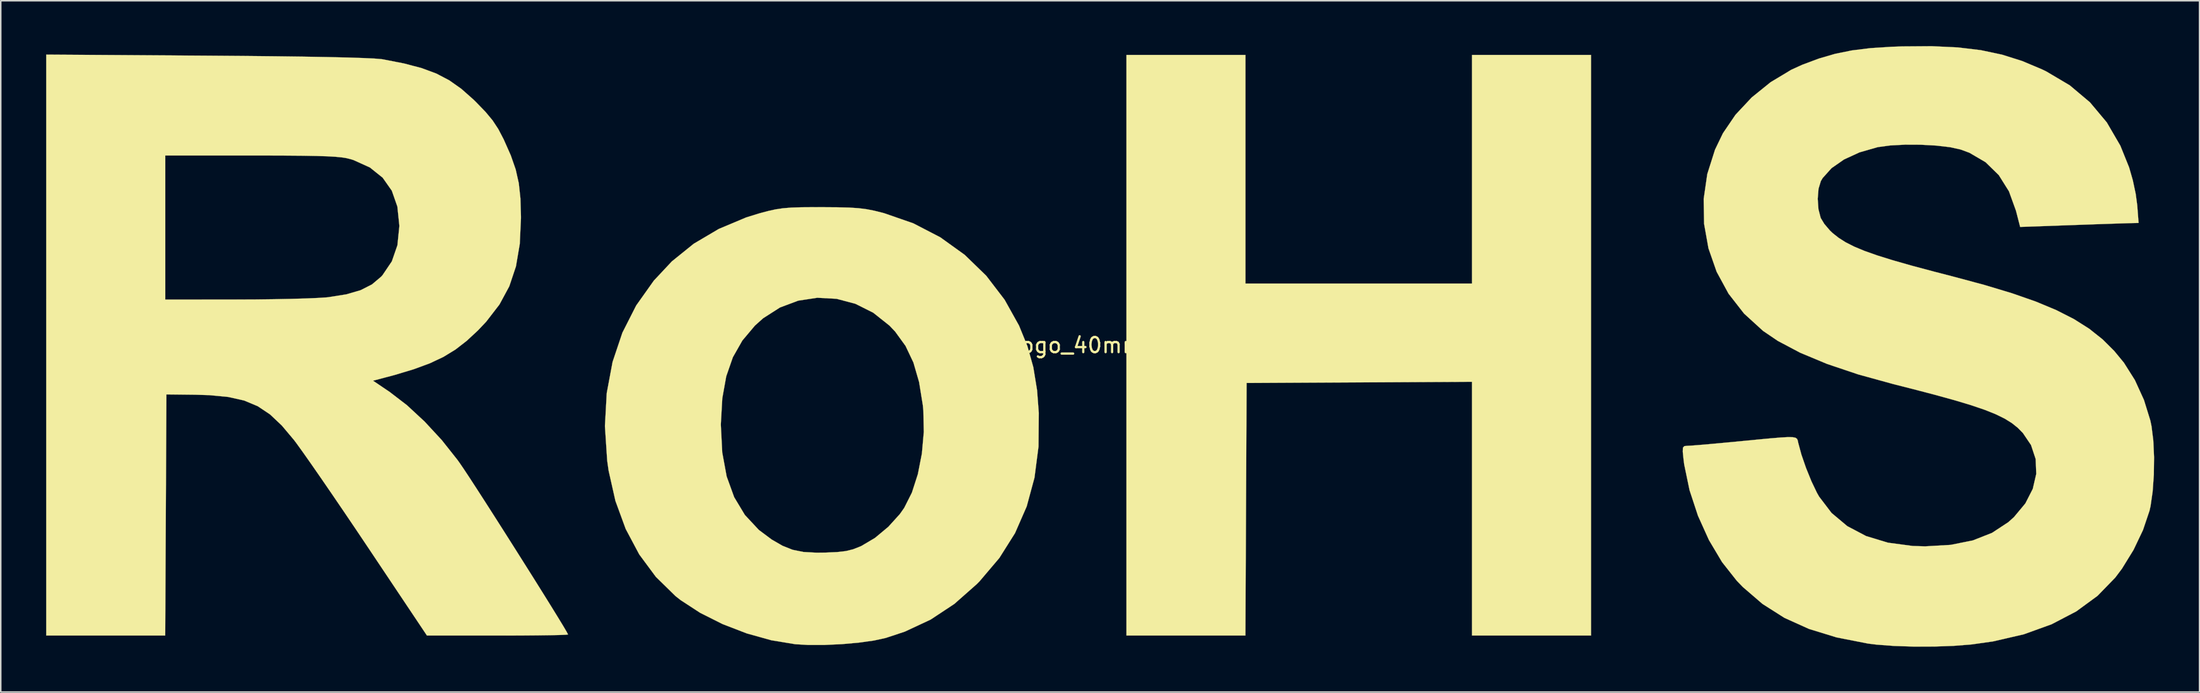
<source format=kicad_pcb>
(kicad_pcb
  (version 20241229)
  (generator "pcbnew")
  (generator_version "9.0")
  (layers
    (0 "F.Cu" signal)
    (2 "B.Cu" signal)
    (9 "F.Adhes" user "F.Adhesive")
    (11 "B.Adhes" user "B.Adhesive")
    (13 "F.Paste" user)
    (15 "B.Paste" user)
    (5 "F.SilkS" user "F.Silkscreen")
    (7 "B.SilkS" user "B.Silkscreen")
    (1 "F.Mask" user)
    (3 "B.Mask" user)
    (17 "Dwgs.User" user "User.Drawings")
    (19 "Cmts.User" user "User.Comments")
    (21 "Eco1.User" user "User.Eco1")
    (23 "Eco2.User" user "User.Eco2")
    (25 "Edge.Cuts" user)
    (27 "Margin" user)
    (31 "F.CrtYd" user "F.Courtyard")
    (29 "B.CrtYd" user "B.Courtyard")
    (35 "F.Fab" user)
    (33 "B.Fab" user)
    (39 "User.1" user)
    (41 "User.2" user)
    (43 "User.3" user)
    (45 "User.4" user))
  (footprint "RoHS-Logo_40mm_SilkScreen"
    (layer "F.Cu")
    (at 69.704 19.785)
    (property "Reference" "RoHS-Logo_40mm_SilkScreen" (at 0 0 0) (layer "F.SilkS") (effects (font (size 1 1) (thickness 0.15))))
    (attr exclude_from_pos_files exclude_from_bom)
    (fp_poly (pts (xy 9.525 -4.082) (xy 24.493 -4.082) (xy 24.493 -19.201) (xy 32.355 -19.201) (xy 32.355 19.201) (xy 24.493 19.201) (xy 24.493 2.416) (xy 9.601 2.495) (xy 9.522 19.201) (xy 1.663 19.201) (xy 1.663 -19.201) (xy 9.525 -19.201) (xy 9.525 -4.082)) (stroke (width 0.01) (type solid)) (fill yes) (layer "F.SilkS"))
    (fp_poly (pts (xy -18.445 -9.132) (xy -17.436 -9.125) (xy -16.658 -9.106) (xy -16.041 -9.066) (xy -15.514 -9) (xy -15.006 -8.901) (xy -14.447 -8.762) (xy -14.353 -8.737) (xy -12.419 -8.065) (xy -10.635 -7.14) (xy -9.022 -5.979) (xy -7.599 -4.597) (xy -6.387 -3.012) (xy -5.434 -1.302) (xy -4.88 0.057) (xy -4.489 1.453) (xy -4.242 2.971) (xy -4.128 4.476) (xy -4.147 6.701) (xy -4.412 8.758) (xy -4.927 10.661) (xy -5.698 12.426) (xy -6.732 14.068) (xy -8.033 15.603) (xy -8.233 15.806) (xy -9.709 17.11) (xy -11.273 18.144) (xy -12.977 18.94) (xy -14.238 19.359) (xy -15.027 19.531) (xy -16.025 19.67) (xy -17.142 19.769) (xy -18.285 19.822) (xy -19.365 19.823) (xy -20.216 19.773) (xy -21.794 19.513) (xy -23.421 19.059) (xy -25.017 18.443) (xy -26.5 17.698) (xy -27.791 16.856) (xy -28.134 16.585) (xy -29.425 15.319) (xy -30.524 13.834) (xy -31.418 12.152) (xy -32.097 10.296) (xy -32.548 8.29) (xy -32.641 7.635) (xy -32.791 5.346) (xy -32.788 5.292) (xy -25.132 5.292) (xy -25.04 7.093) (xy -24.749 8.675) (xy -24.252 10.048) (xy -23.545 11.224) (xy -22.623 12.214) (xy -21.771 12.851) (xy -21.063 13.26) (xy -20.397 13.526) (xy -19.679 13.672) (xy -18.812 13.72) (xy -18.218 13.713) (xy -17.441 13.678) (xy -16.865 13.611) (xy -16.39 13.493) (xy -15.917 13.306) (xy -15.842 13.272) (xy -14.947 12.74) (xy -14.069 12.008) (xy -13.309 11.168) (xy -13.02 10.757) (xy -12.511 9.746) (xy -12.117 8.522) (xy -11.851 7.161) (xy -11.725 5.735) (xy -11.755 4.319) (xy -11.789 3.967) (xy -12.036 2.435) (xy -12.411 1.142) (xy -12.932 0.043) (xy -13.618 -0.904) (xy -13.994 -1.3) (xy -15.066 -2.152) (xy -16.244 -2.742) (xy -17.489 -3.072) (xy -18.761 -3.141) (xy -20.02 -2.95) (xy -21.226 -2.498) (xy -22.34 -1.785) (xy -22.883 -1.298) (xy -23.711 -0.313) (xy -24.338 0.792) (xy -24.776 2.054) (xy -25.036 3.505) (xy -25.131 5.18) (xy -25.132 5.292) (xy -32.788 5.292) (xy -32.671 3.164) (xy -32.285 1.101) (xy -31.636 -0.834) (xy -30.726 -2.629) (xy -29.561 -4.273) (xy -28.369 -5.547) (xy -26.922 -6.716) (xy -25.268 -7.694) (xy -23.455 -8.456) (xy -22.59 -8.724) (xy -22.012 -8.878) (xy -21.515 -8.988) (xy -21.027 -9.061) (xy -20.479 -9.105) (xy -19.801 -9.127) (xy -18.922 -9.133) (xy -18.445 -9.132)) (stroke (width 0.01) (type solid)) (fill yes) (layer "F.SilkS"))
    (fp_poly (pts (xy -59.078 -19.153) (xy -56.703 -19.135) (xy -54.581 -19.113) (xy -52.719 -19.089) (xy -51.124 -19.061) (xy -49.802 -19.031) (xy -48.761 -18.997) (xy -48.007 -18.962) (xy -47.546 -18.923) (xy -47.474 -18.913) (xy -46.07 -18.639) (xy -44.909 -18.334) (xy -43.93 -17.971) (xy -43.074 -17.522) (xy -42.279 -16.961) (xy -41.486 -16.259) (xy -41.317 -16.094) (xy -40.681 -15.437) (xy -40.211 -14.871) (xy -39.836 -14.301) (xy -39.487 -13.633) (xy -39.468 -13.593) (xy -39.008 -12.555) (xy -38.686 -11.629) (xy -38.481 -10.716) (xy -38.373 -9.714) (xy -38.338 -8.525) (xy -38.338 -8.391) (xy -38.417 -6.698) (xy -38.668 -5.217) (xy -39.108 -3.899) (xy -39.758 -2.695) (xy -40.635 -1.557) (xy -41.185 -0.976) (xy -41.924 -0.29) (xy -42.663 0.283) (xy -43.457 0.769) (xy -44.359 1.194) (xy -45.421 1.586) (xy -46.698 1.971) (xy -47.604 2.212) (xy -48.112 2.343) (xy -46.999 3.097) (xy -45.867 3.967) (xy -44.7 5.05) (xy -43.567 6.275) (xy -42.538 7.574) (xy -42.386 7.786) (xy -42.126 8.168) (xy -41.748 8.74) (xy -41.273 9.471) (xy -40.72 10.329) (xy -40.11 11.283) (xy -39.462 12.301) (xy -38.796 13.352) (xy -38.133 14.403) (xy -37.491 15.423) (xy -36.892 16.381) (xy -36.355 17.245) (xy -35.9 17.984) (xy -35.547 18.564) (xy -35.317 18.956) (xy -35.228 19.127) (xy -35.227 19.13) (xy -35.372 19.148) (xy -35.784 19.164) (xy -36.424 19.178) (xy -37.258 19.189) (xy -38.248 19.197) (xy -39.358 19.201) (xy -39.888 19.201) (xy -44.548 19.201) (xy -48.411 13.418) (xy -49.243 12.176) (xy -50.062 10.964) (xy -50.844 9.815) (xy -51.566 8.762) (xy -52.206 7.839) (xy -52.74 7.079) (xy -53.145 6.516) (xy -53.33 6.269) (xy -54.132 5.314) (xy -54.911 4.577) (xy -55.724 4.033) (xy -56.627 3.655) (xy -57.675 3.42) (xy -58.925 3.3) (xy -59.863 3.272) (xy -61.761 3.251) (xy -61.8 11.226) (xy -61.84 19.201) (xy -69.699 19.201) (xy -69.699 -12.549) (xy -61.837 -12.549) (xy -61.837 -3.024) (xy -57.112 -3.025) (xy -55.872 -3.03) (xy -54.665 -3.045) (xy -53.54 -3.067) (xy -52.551 -3.095) (xy -51.747 -3.129) (xy -51.18 -3.166) (xy -51.066 -3.178) (xy -49.876 -3.367) (xy -48.931 -3.642) (xy -48.181 -4.024) (xy -47.577 -4.533) (xy -47.487 -4.632) (xy -46.868 -5.549) (xy -46.499 -6.616) (xy -46.374 -7.85) (xy -46.374 -7.938) (xy -46.503 -9.173) (xy -46.869 -10.221) (xy -47.473 -11.081) (xy -48.315 -11.757) (xy -49.396 -12.247) (xy -49.595 -12.309) (xy -49.852 -12.373) (xy -50.173 -12.425) (xy -50.59 -12.466) (xy -51.134 -12.497) (xy -51.836 -12.519) (xy -52.729 -12.535) (xy -53.842 -12.544) (xy -55.209 -12.548) (xy -56.119 -12.549) (xy -61.837 -12.549) (xy -69.699 -12.549) (xy -69.699 -19.223) (xy -59.078 -19.153)) (stroke (width 0.01) (type solid)) (fill yes) (layer "F.SilkS"))
    (fp_poly (pts (xy 56.578 -19.7) (xy 58.106 -19.517) (xy 59.507 -19.22) (xy 60.832 -18.802) (xy 62.137 -18.252) (xy 62.425 -18.113) (xy 63.982 -17.191) (xy 65.316 -16.067) (xy 66.429 -14.737) (xy 67.324 -13.198) (xy 67.902 -11.764) (xy 68.147 -10.911) (xy 68.338 -10.009) (xy 68.438 -9.262) (xy 68.528 -8.089) (xy 68.093 -8.08) (xy 67.819 -8.073) (xy 67.293 -8.056) (xy 66.564 -8.032) (xy 65.681 -8.002) (xy 64.693 -7.967) (xy 64.18 -7.949) (xy 60.703 -7.826) (xy 60.428 -8.895) (xy 59.964 -10.18) (xy 59.292 -11.253) (xy 58.419 -12.106) (xy 57.355 -12.73) (xy 56.772 -12.946) (xy 56.072 -13.1) (xy 55.166 -13.206) (xy 54.145 -13.263) (xy 53.104 -13.267) (xy 52.133 -13.216) (xy 51.325 -13.108) (xy 51.267 -13.096) (xy 50.092 -12.758) (xy 49.069 -12.288) (xy 48.242 -11.712) (xy 47.656 -11.058) (xy 47.536 -10.855) (xy 47.383 -10.347) (xy 47.33 -9.684) (xy 47.378 -8.998) (xy 47.527 -8.422) (xy 47.527 -8.422) (xy 47.766 -8.026) (xy 48.136 -7.591) (xy 48.316 -7.419) (xy 48.712 -7.105) (xy 49.175 -6.811) (xy 49.733 -6.527) (xy 50.416 -6.242) (xy 51.254 -5.945) (xy 52.277 -5.625) (xy 53.515 -5.272) (xy 54.998 -4.875) (xy 56.243 -4.553) (xy 58.335 -3.991) (xy 60.155 -3.443) (xy 61.729 -2.893) (xy 63.087 -2.327) (xy 64.257 -1.731) (xy 65.267 -1.091) (xy 66.146 -0.392) (xy 66.92 0.379) (xy 67.558 1.154) (xy 68.283 2.303) (xy 68.883 3.619) (xy 69.303 4.974) (xy 69.383 5.357) (xy 69.5 6.301) (xy 69.55 7.405) (xy 69.535 8.564) (xy 69.457 9.676) (xy 69.319 10.635) (xy 69.25 10.943) (xy 68.821 12.218) (xy 68.194 13.535) (xy 67.431 14.775) (xy 66.989 15.364) (xy 65.82 16.569) (xy 64.414 17.601) (xy 62.784 18.453) (xy 60.944 19.118) (xy 58.908 19.589) (xy 57.484 19.79) (xy 56.31 19.882) (xy 55 19.929) (xy 53.651 19.93) (xy 52.356 19.887) (xy 51.211 19.8) (xy 50.649 19.73) (xy 48.582 19.325) (xy 46.753 18.763) (xy 45.13 18.03) (xy 43.684 17.111) (xy 42.386 15.993) (xy 41.987 15.581) (xy 41.011 14.344) (xy 40.144 12.885) (xy 39.418 11.275) (xy 38.862 9.585) (xy 38.509 7.884) (xy 38.463 7.522) (xy 38.414 7.034) (xy 38.425 6.774) (xy 38.518 6.671) (xy 38.713 6.652) (xy 38.723 6.652) (xy 38.979 6.638) (xy 39.484 6.598) (xy 40.187 6.538) (xy 41.037 6.46) (xy 41.981 6.371) (xy 42.182 6.352) (xy 43.342 6.239) (xy 44.236 6.155) (xy 44.9 6.1) (xy 45.37 6.075) (xy 45.68 6.081) (xy 45.867 6.12) (xy 45.965 6.192) (xy 46.011 6.298) (xy 46.04 6.44) (xy 46.045 6.463) (xy 46.253 7.232) (xy 46.559 8.118) (xy 46.917 9) (xy 47.279 9.758) (xy 47.422 10.011) (xy 48.246 11.093) (xy 49.283 11.963) (xy 50.525 12.619) (xy 51.966 13.057) (xy 53.599 13.275) (xy 54.429 13.3) (xy 56.115 13.202) (xy 57.582 12.907) (xy 58.846 12.408) (xy 59.919 11.703) (xy 60.295 11.365) (xy 61.046 10.462) (xy 61.538 9.497) (xy 61.767 8.507) (xy 61.729 7.529) (xy 61.421 6.599) (xy 60.885 5.806) (xy 60.548 5.462) (xy 60.155 5.147) (xy 59.678 4.851) (xy 59.089 4.562) (xy 58.36 4.27) (xy 57.464 3.965) (xy 56.374 3.637) (xy 55.06 3.274) (xy 53.496 2.866) (xy 52.358 2.578) (xy 50.01 1.931) (xy 47.947 1.236) (xy 46.174 0.496) (xy 44.694 -0.288) (xy 43.721 -0.948) (xy 42.464 -2.095) (xy 41.439 -3.411) (xy 40.652 -4.86) (xy 40.112 -6.41) (xy 39.824 -8.027) (xy 39.796 -9.675) (xy 40.034 -11.323) (xy 40.545 -12.936) (xy 41.067 -14.021) (xy 41.899 -15.246) (xy 42.97 -16.39) (xy 44.218 -17.399) (xy 45.58 -18.219) (xy 46.298 -18.547) (xy 47.409 -18.963) (xy 48.479 -19.275) (xy 49.586 -19.5) (xy 50.805 -19.651) (xy 52.213 -19.741) (xy 52.919 -19.766) (xy 54.866 -19.78) (xy 56.578 -19.7)) (stroke (width 0.01) (type solid)) (fill yes) (layer "F.SilkS")))
  (gr_rect
    (start -3 -3)
    (end 142.259 42.72)
    (stroke (width 0.1) (type default))
    (fill no)
    (layer "Edge.Cuts")))
</source>
